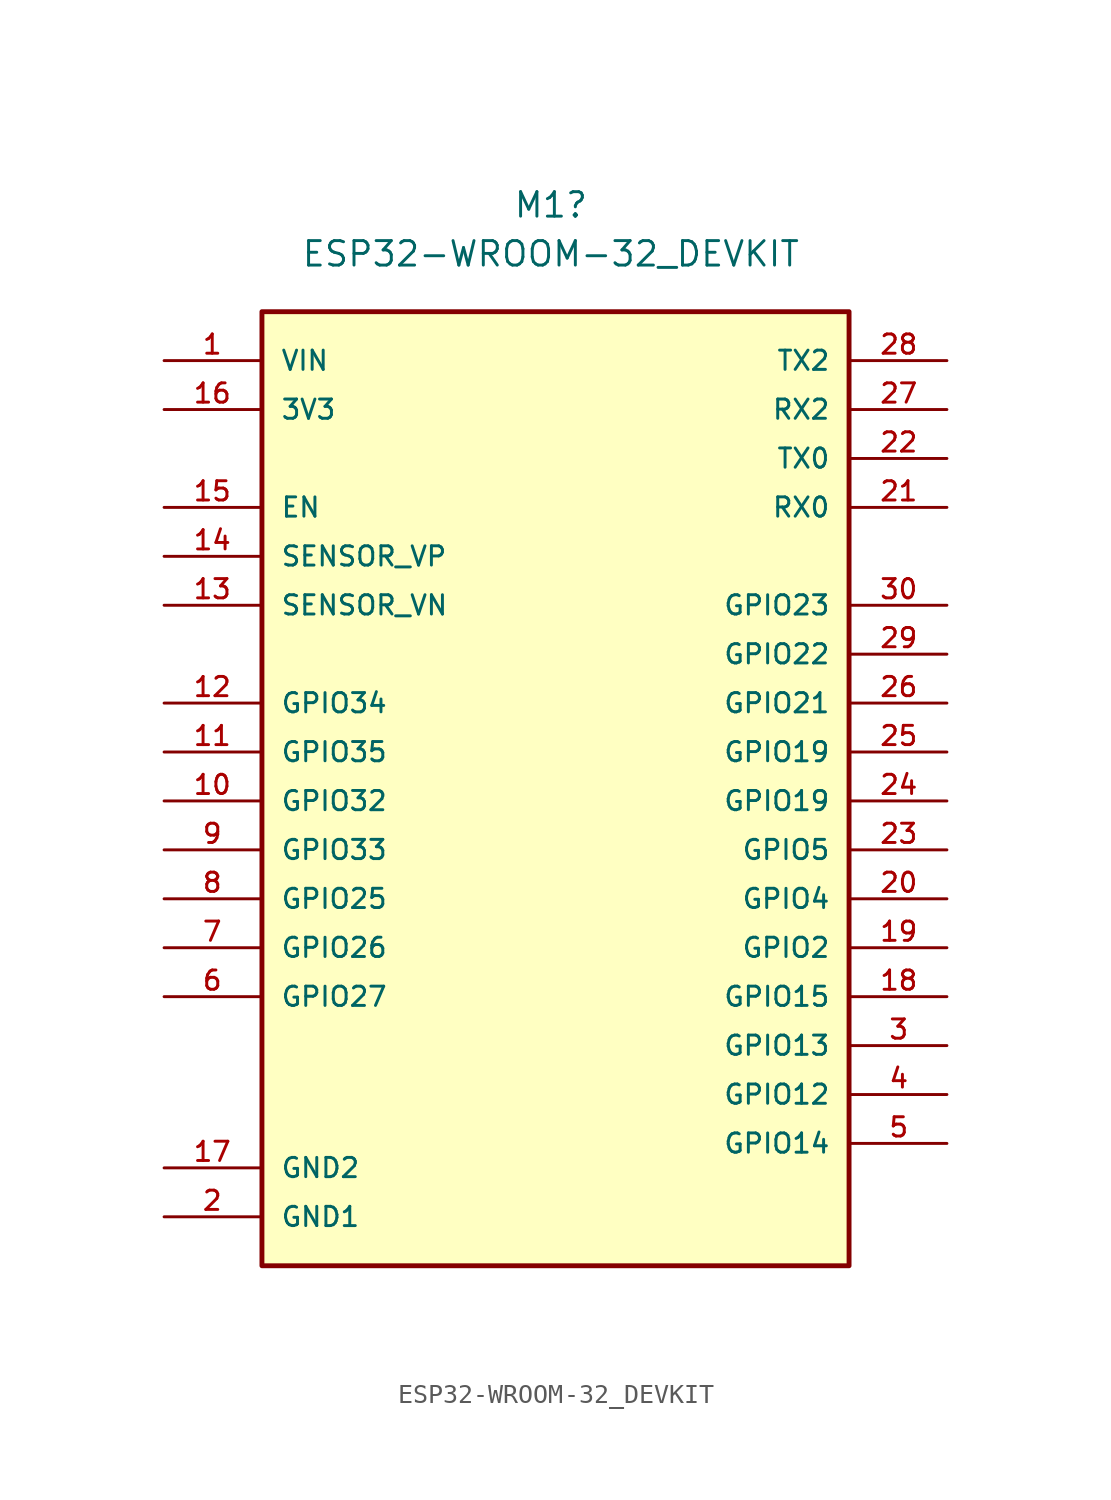
<source format=kicad_sym>
(kicad_symbol_lib
  (version 20211014)
  (generator kicad_symbol_editor)
  (symbol "ESP32-WROOM-32_DEVKIT"
    (pin_names
      (offset 1.016))
    (property "Reference" "M1"
      (at 15 55.07 0)
      (effects (font (size 1.27 1.27))))
    (property "Value" "ESP32-WROOM-32_DEVKIT"
      (at 15 52.53 0)
      (effects (font (size 1.27 1.27))))
    (symbol "ESP32-WROOM-32_DEVKIT_0_0"
      (rectangle (start 0 49.53) (end 30.48 0) (stroke (width 0.254) (type default) (color 0 0 0 0)) (fill (type background)))
      (pin power_in line (at -5.08 46.99 0) (length 5) (name "VIN" (effects (font (size 1 1)))) (number "1" (effects (font (size 1 1)))))
      (pin bidirectional line (at -5.08 24.13 0) (length 5) (name "GPIO32" (effects (font (size 1 1)))) (number "10" (effects (font (size 1 1)))))
      (pin bidirectional line (at -5.08 26.67 0) (length 5) (name "GPIO35" (effects (font (size 1 1)))) (number "11" (effects (font (size 1 1)))))
      (pin bidirectional line (at -5.08 29.21 0) (length 5) (name "GPIO34" (effects (font (size 1 1)))) (number "12" (effects (font (size 1 1)))))
      (pin input line (at -5.08 34.29 0) (length 5) (name "SENSOR_VN" (effects (font (size 1 1)))) (number "13" (effects (font (size 1 1)))))
      (pin input line (at -5.08 36.83 0) (length 5) (name "SENSOR_VP" (effects (font (size 1 1)))) (number "14" (effects (font (size 1 1)))))
      (pin input line (at -5.08 39.37 0) (length 5) (name "EN" (effects (font (size 1 1)))) (number "15" (effects (font (size 1 1)))))
      (pin power_out line (at -5.08 44.45 0) (length 5) (name "3V3" (effects (font (size 1 1)))) (number "16" (effects (font (size 1 1)))))
      (pin power_in line (at -5.08 5.08 0) (length 5) (name "GND2" (effects (font (size 1 1)))) (number "17" (effects (font (size 1 1)))))
      (pin bidirectional line (at 35.56 13.97 180) (length 5) (name "GPIO15" (effects (font (size 1 1)))) (number "18" (effects (font (size 1 1)))))
      (pin bidirectional line (at 35.56 16.51 180) (length 5) (name "GPIO2" (effects (font (size 1 1)))) (number "19" (effects (font (size 1 1)))))
      (pin power_in line (at -5.08 2.54 0) (length 5) (name "GND1" (effects (font (size 1 1)))) (number "2" (effects (font (size 1 1)))))
      (pin bidirectional line (at 35.56 19.05 180) (length 5) (name "GPIO4" (effects (font (size 1 1)))) (number "20" (effects (font (size 1 1)))))
      (pin bidirectional line (at 35.56 39.37 180) (length 5) (name "RX0" (effects (font (size 1 1)))) (number "21" (effects (font (size 1 1)))))
      (pin bidirectional line (at 35.56 41.91 180) (length 5) (name "TX0" (effects (font (size 1 1)))) (number "22" (effects (font (size 1 1)))))
      (pin bidirectional line (at 35.56 21.59 180) (length 5) (name "GPIO5" (effects (font (size 1 1)))) (number "23" (effects (font (size 1 1)))))
      (pin bidirectional line (at 35.56 24.13 180) (length 5) (name "GPIO19" (effects (font (size 1 1)))) (number "24" (effects (font (size 1 1)))))
      (pin bidirectional line (at 35.56 26.67 180) (length 5) (name "GPIO19" (effects (font (size 1 1)))) (number "25" (effects (font (size 1 1)))))
      (pin bidirectional line (at 35.56 29.21 180) (length 5) (name "GPIO21" (effects (font (size 1 1)))) (number "26" (effects (font (size 1 1)))))
      (pin bidirectional line (at 35.56 44.45 180) (length 5) (name "RX2" (effects (font (size 1 1)))) (number "27" (effects (font (size 1 1)))))
      (pin bidirectional line (at 35.56 46.99 180) (length 5) (name "TX2" (effects (font (size 1 1)))) (number "28" (effects (font (size 1 1)))))
      (pin bidirectional line (at 35.56 31.75 180) (length 5) (name "GPIO22" (effects (font (size 1 1)))) (number "29" (effects (font (size 1 1)))))
      (pin bidirectional line (at 35.56 11.43 180) (length 5) (name "GPIO13" (effects (font (size 1 1)))) (number "3" (effects (font (size 1 1)))))
      (pin bidirectional line (at 35.56 34.29 180) (length 5) (name "GPIO23" (effects (font (size 1 1)))) (number "30" (effects (font (size 1 1)))))
      (pin bidirectional line (at 35.56 8.89 180) (length 5) (name "GPIO12" (effects (font (size 1 1)))) (number "4" (effects (font (size 1 1)))))
      (pin bidirectional line (at 35.56 6.35 180) (length 5) (name "GPIO14" (effects (font (size 1 1)))) (number "5" (effects (font (size 1 1)))))
      (pin bidirectional line (at -5.08 13.97 0) (length 5) (name "GPIO27" (effects (font (size 1 1)))) (number "6" (effects (font (size 1 1)))))
      (pin bidirectional line (at -5.08 16.51 0) (length 5) (name "GPIO26" (effects (font (size 1 1)))) (number "7" (effects (font (size 1 1)))))
      (pin bidirectional line (at -5.08 19.05 0) (length 5) (name "GPIO25" (effects (font (size 1 1)))) (number "8" (effects (font (size 1 1)))))
      (pin bidirectional line (at -5.08 21.59 0) (length 5) (name "GPIO33" (effects (font (size 1 1)))) (number "9" (effects (font (size 1 1))))))))
</source>
